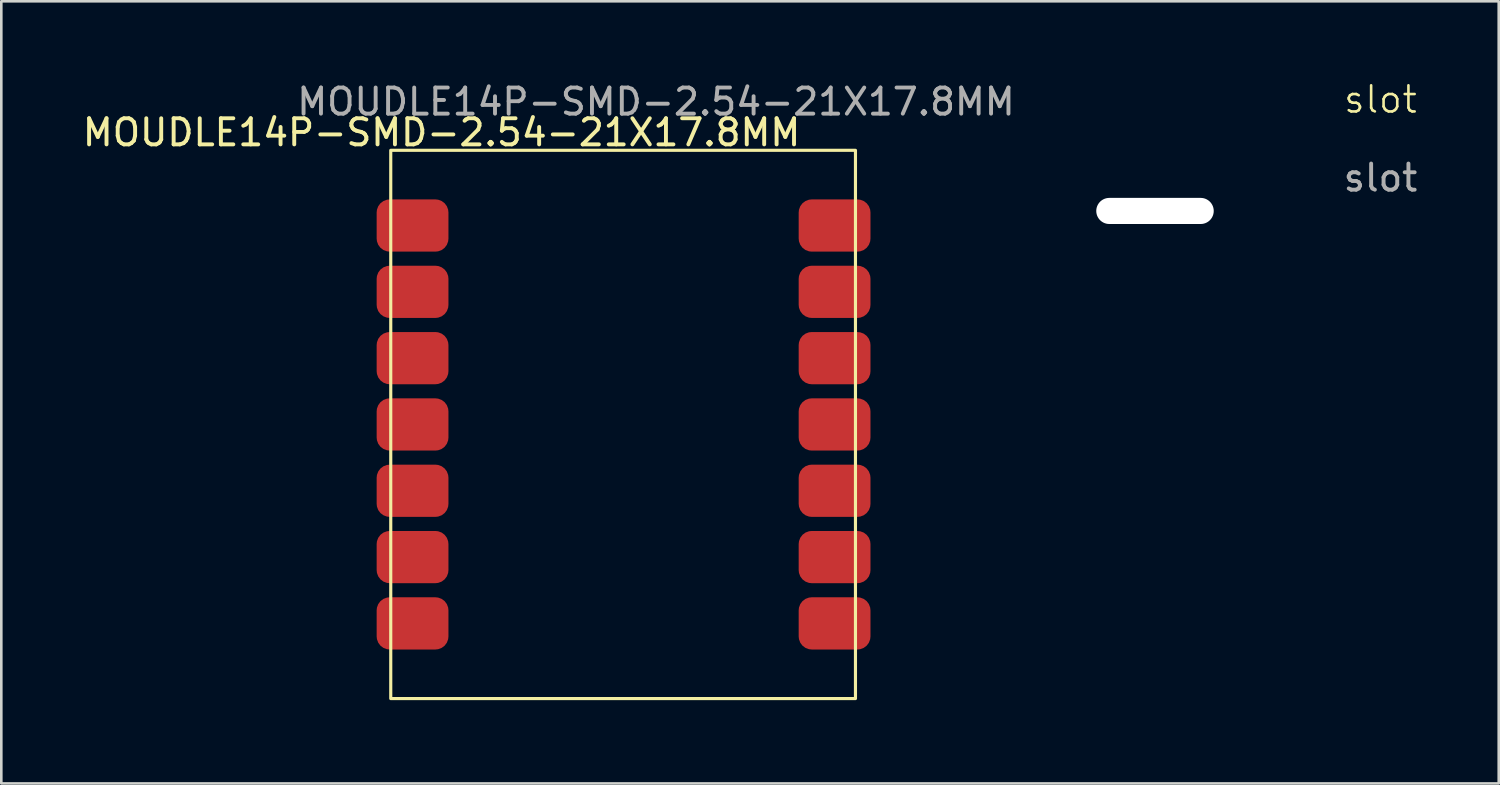
<source format=kicad_pcb>
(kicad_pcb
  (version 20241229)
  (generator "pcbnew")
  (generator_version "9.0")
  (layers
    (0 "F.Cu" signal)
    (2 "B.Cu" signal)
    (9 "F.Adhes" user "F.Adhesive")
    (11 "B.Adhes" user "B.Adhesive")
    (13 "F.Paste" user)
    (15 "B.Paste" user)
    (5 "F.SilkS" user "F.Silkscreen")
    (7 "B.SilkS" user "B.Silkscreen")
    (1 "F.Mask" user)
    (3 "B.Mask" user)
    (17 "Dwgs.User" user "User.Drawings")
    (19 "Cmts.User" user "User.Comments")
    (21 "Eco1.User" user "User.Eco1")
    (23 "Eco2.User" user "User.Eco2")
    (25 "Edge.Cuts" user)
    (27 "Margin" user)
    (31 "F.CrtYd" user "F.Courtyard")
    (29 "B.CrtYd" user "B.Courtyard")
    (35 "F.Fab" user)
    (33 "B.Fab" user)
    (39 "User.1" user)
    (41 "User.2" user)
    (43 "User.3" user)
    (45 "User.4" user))
  (footprint "slot"
    (layer "F.Cu")
    (at 41.19 5.03)
    (property "Reference" "slot" (at 8.636 -4.27 0) (unlocked yes) (layer "F.SilkS") (effects (font (size 1 1) (thickness 0.1))))
    (attr smd)
    (fp_text user "${REFERENCE}" (at 8.636 -1.27 0) (unlocked yes) (layer "F.Fab") (effects (font (size 1 1) (thickness 0.15))))
    (pad "" np_thru_hole oval (at 0 0) (size 4.5 1) (drill oval 4.5 1) (layers "*.Cu" "*.Mask")))
  (footprint "MOUDLE14P-SMD-2.54-21X17.8MM"
    (layer "F.Cu")
    (at 11.917 23.708)
    (property "Reference" "MOUDLE14P-SMD-2.54-21X17.8MM" (at 1.946 -21.683 0) (unlocked yes) (layer "F.SilkS") (effects (font (size 1 1) (thickness 0.15))))
    (attr smd)
    (fp_rect (start 0 -21) (end 17.8 0) (stroke (width 0.12) (type solid)) (fill no) (layer "F.SilkS"))
    (fp_text user "${REFERENCE}" (at 10.16 -22.86 0) (unlocked yes) (layer "F.Fab") (effects (font (size 1 1) (thickness 0.15))))
    (pad "1" smd roundrect (at 0.835 -18.12) (size 2.75 2) (layers "F.Cu" "F.Mask" "F.Paste") (roundrect_rratio 0.25))
    (pad "2" smd roundrect (at 0.835 -15.58) (size 2.75 2) (layers "F.Cu" "F.Mask" "F.Paste") (roundrect_rratio 0.25))
    (pad "3" smd roundrect (at 0.835 -13.04) (size 2.75 2) (layers "F.Cu" "F.Mask" "F.Paste") (roundrect_rratio 0.25))
    (pad "4" smd roundrect (at 0.835 -10.5) (size 2.75 2) (layers "F.Cu" "F.Mask" "F.Paste") (roundrect_rratio 0.25))
    (pad "5" smd roundrect (at 0.835 -7.96) (size 2.75 2) (layers "F.Cu" "F.Mask" "F.Paste") (roundrect_rratio 0.25))
    (pad "6" smd roundrect (at 0.835 -5.42) (size 2.75 2) (layers "F.Cu" "F.Mask" "F.Paste") (roundrect_rratio 0.25))
    (pad "7" smd roundrect (at 0.835 -2.88) (size 2.75 2) (layers "F.Cu" "F.Mask" "F.Paste") (roundrect_rratio 0.25))
    (pad "8" smd roundrect (at 17 -2.88) (size 2.75 2) (layers "F.Cu" "F.Mask" "F.Paste") (roundrect_rratio 0.25))
    (pad "9" smd roundrect (at 17 -5.42) (size 2.75 2) (layers "F.Cu" "F.Mask" "F.Paste") (roundrect_rratio 0.25))
    (pad "10" smd roundrect (at 17 -7.96) (size 2.75 2) (layers "F.Cu" "F.Mask" "F.Paste") (roundrect_rratio 0.25))
    (pad "11" smd roundrect (at 17 -10.5) (size 2.75 2) (layers "F.Cu" "F.Mask" "F.Paste") (roundrect_rratio 0.25))
    (pad "12" smd roundrect (at 17 -13.04) (size 2.75 2) (layers "F.Cu" "F.Mask" "F.Paste") (roundrect_rratio 0.25))
    (pad "13" smd roundrect (at 17 -15.58) (size 2.75 2) (layers "F.Cu" "F.Mask" "F.Paste") (roundrect_rratio 0.25))
    (pad "14" smd roundrect (at 17 -18.12) (size 2.75 2) (layers "F.Cu" "F.Mask" "F.Paste") (roundrect_rratio 0.25)))
  (gr_rect
    (start -3 -3)
    (end 54.356 26.958)
    (stroke (width 0.1) (type default))
    (fill no)
    (layer "Edge.Cuts")))
</source>
